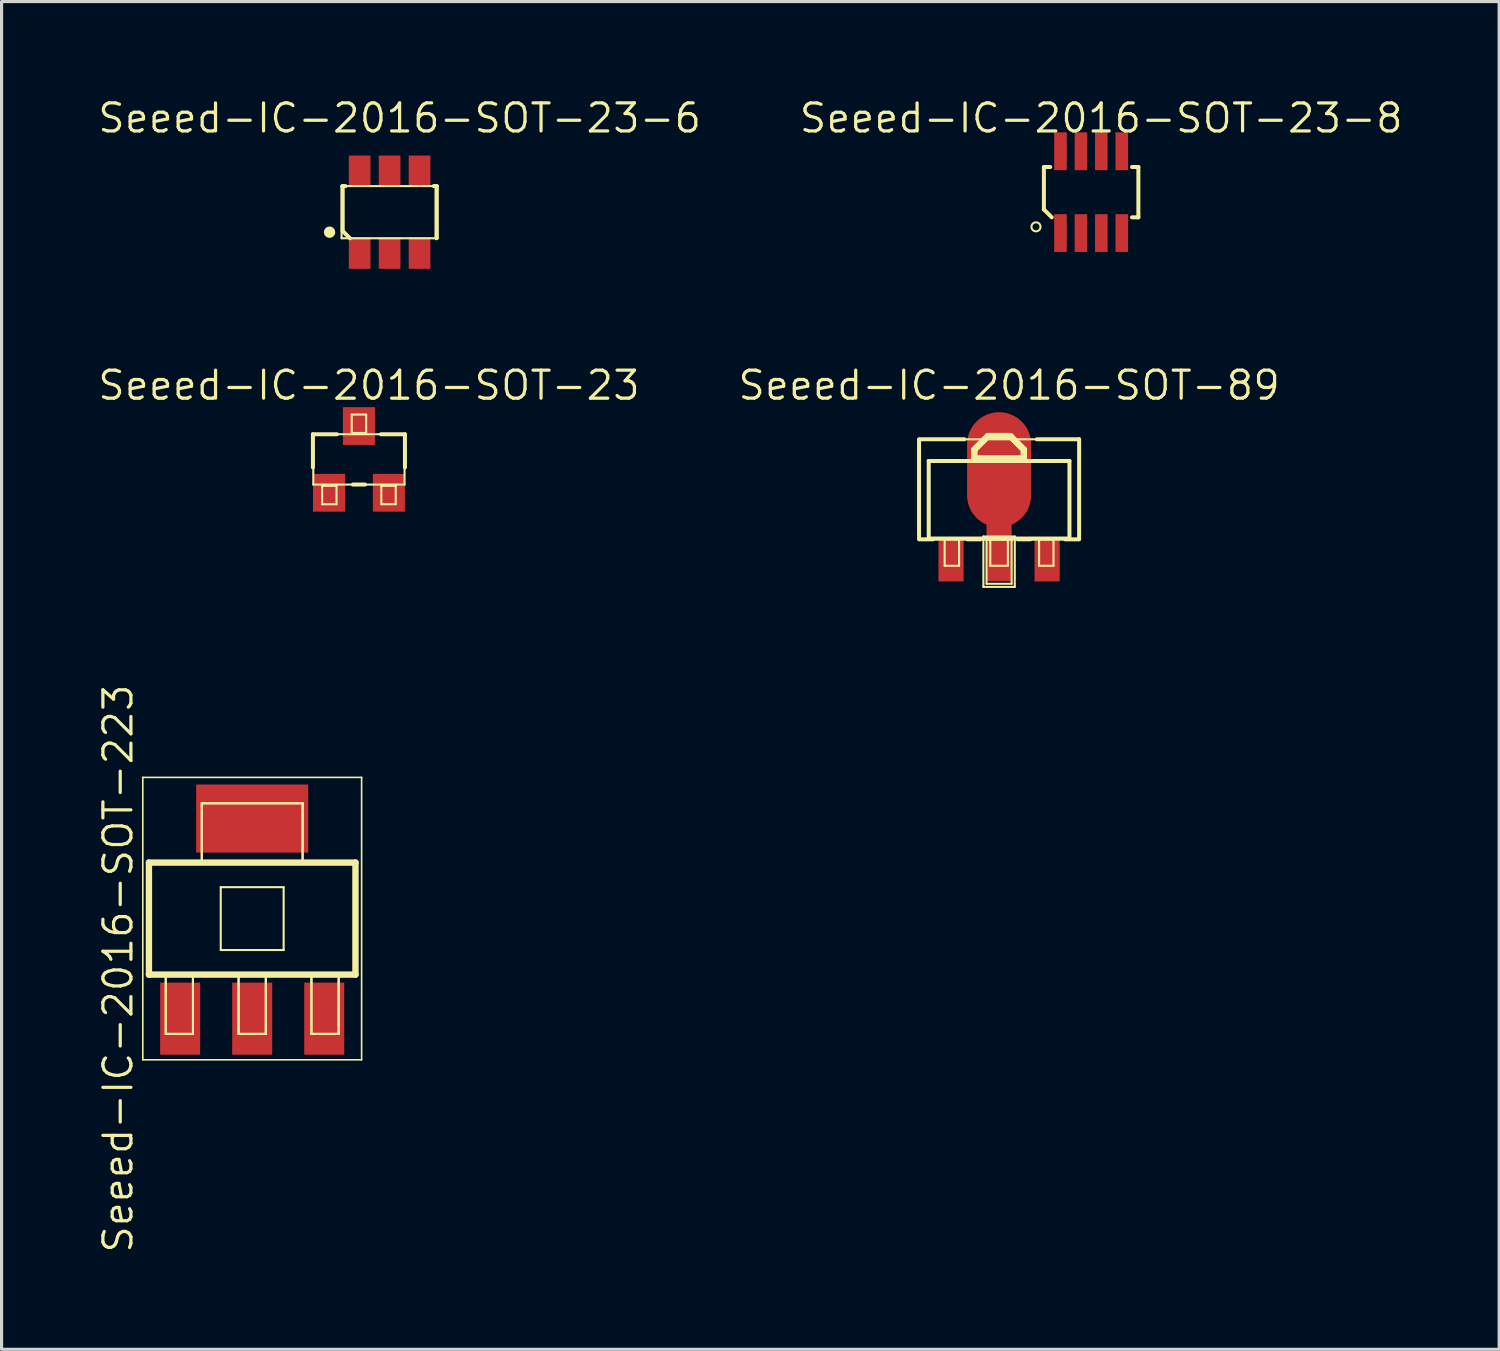
<source format=kicad_pcb>
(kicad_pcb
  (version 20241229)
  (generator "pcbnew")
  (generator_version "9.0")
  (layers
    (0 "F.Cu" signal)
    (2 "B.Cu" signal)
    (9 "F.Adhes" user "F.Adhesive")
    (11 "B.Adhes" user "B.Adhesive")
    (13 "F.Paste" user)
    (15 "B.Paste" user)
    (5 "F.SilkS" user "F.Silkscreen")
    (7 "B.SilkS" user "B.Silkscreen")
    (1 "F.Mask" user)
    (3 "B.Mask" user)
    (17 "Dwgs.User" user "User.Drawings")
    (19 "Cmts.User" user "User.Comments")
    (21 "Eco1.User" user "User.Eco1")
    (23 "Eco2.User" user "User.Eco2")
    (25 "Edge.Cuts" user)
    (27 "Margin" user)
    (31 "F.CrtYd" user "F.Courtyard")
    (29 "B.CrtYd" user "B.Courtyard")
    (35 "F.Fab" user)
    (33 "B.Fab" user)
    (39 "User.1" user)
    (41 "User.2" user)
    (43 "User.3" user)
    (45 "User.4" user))
  (footprint "Seeed-IC-2016-SOT-89"
    (layer "F.Cu")
    (at 28.654 12.795)
    (property "Reference" "Seeed-IC-2016-SOT-89" (at 0.318 -3.617 0) (layer "F.SilkS") (effects (font (size 0.889 0.889) (thickness 0.102))))
    (attr smd)
    (fp_line (start -2.54 -1.905) (end 2.54 -1.905) (stroke (width 0.066) (type solid)) (layer "F.SilkS"))
    (fp_line (start -2.54 1.27) (end -2.54 -1.905) (stroke (width 0.066) (type solid)) (layer "F.SilkS"))
    (fp_line (start -2.54 1.27) (end -2.54 -1.905) (stroke (width 0.127) (type solid)) (layer "F.SilkS"))
    (fp_line (start -2.54 1.27) (end 2.54 1.27) (stroke (width 0.066) (type solid)) (layer "F.SilkS"))
    (fp_line (start -2.233 -1.217) (end 2.233 -1.217) (stroke (width 0.127) (type solid)) (layer "F.SilkS"))
    (fp_line (start -2.233 1.245) (end -2.233 -1.217) (stroke (width 0.127) (type solid)) (layer "F.SilkS"))
    (fp_line (start -2.098 1.27) (end -2.499 1.27) (stroke (width 0.127) (type solid)) (layer "F.SilkS"))
    (fp_line (start -1.727 1.27) (end -1.27 1.27) (stroke (width 0.066) (type solid)) (layer "F.SilkS"))
    (fp_line (start -1.727 2.108) (end -1.727 1.27) (stroke (width 0.066) (type solid)) (layer "F.SilkS"))
    (fp_line (start -1.727 2.108) (end -1.27 2.108) (stroke (width 0.066) (type solid)) (layer "F.SilkS"))
    (fp_line (start -1.27 2.108) (end -1.27 1.27) (stroke (width 0.066) (type solid)) (layer "F.SilkS"))
    (fp_line (start -1.1 -1.905) (end -2.499 -1.905) (stroke (width 0.127) (type solid)) (layer "F.SilkS"))
    (fp_line (start -0.787 -1.575) (end -0.356 -2.007) (stroke (width 0.198) (type solid)) (layer "F.SilkS"))
    (fp_line (start -0.787 -1.575) (end -0.356 -2.007) (stroke (width 0.198) (type solid)) (layer "F.SilkS"))
    (fp_line (start -0.787 -1.321) (end -0.787 -1.575) (stroke (width 0.198) (type solid)) (layer "F.SilkS"))
    (fp_line (start -0.787 -1.293) (end -0.787 -1.575) (stroke (width 0.198) (type solid)) (layer "F.SilkS"))
    (fp_line (start -0.787 -1.293) (end -0.787 -1.321) (stroke (width 0.198) (type solid)) (layer "F.SilkS"))
    (fp_line (start -0.599 1.27) (end -0.998 1.27) (stroke (width 0.127) (type solid)) (layer "F.SilkS"))
    (fp_line (start -0.498 1.179) (end 0.498 1.179) (stroke (width 0.066) (type solid)) (layer "F.SilkS"))
    (fp_line (start -0.498 2.779) (end -0.498 1.179) (stroke (width 0.066) (type solid)) (layer "F.SilkS"))
    (fp_line (start -0.498 2.779) (end 0.498 2.779) (stroke (width 0.066) (type solid)) (layer "F.SilkS"))
    (fp_line (start -0.399 1.278) (end 0.399 1.278) (stroke (width 0.066) (type solid)) (layer "F.SilkS"))
    (fp_line (start -0.399 2.68) (end -0.399 1.278) (stroke (width 0.066) (type solid)) (layer "F.SilkS"))
    (fp_line (start -0.399 2.68) (end 0.399 2.68) (stroke (width 0.066) (type solid)) (layer "F.SilkS"))
    (fp_line (start -0.356 -2.007) (end 0.356 -2.007) (stroke (width 0.198) (type solid)) (layer "F.SilkS"))
    (fp_line (start -0.356 -2.007) (end 0.356 -2.007) (stroke (width 0.198) (type solid)) (layer "F.SilkS"))
    (fp_line (start -0.279 1.27) (end 0.279 1.27) (stroke (width 0.066) (type solid)) (layer "F.SilkS"))
    (fp_line (start -0.279 2.108) (end -0.279 1.27) (stroke (width 0.066) (type solid)) (layer "F.SilkS"))
    (fp_line (start -0.279 2.108) (end 0.279 2.108) (stroke (width 0.066) (type solid)) (layer "F.SilkS"))
    (fp_line (start 0.279 2.108) (end 0.279 1.27) (stroke (width 0.066) (type solid)) (layer "F.SilkS"))
    (fp_line (start 0.356 -2.007) (end 0.787 -1.575) (stroke (width 0.198) (type solid)) (layer "F.SilkS"))
    (fp_line (start 0.356 -2.007) (end 0.787 -1.575) (stroke (width 0.198) (type solid)) (layer "F.SilkS"))
    (fp_line (start 0.399 2.68) (end 0.399 1.278) (stroke (width 0.066) (type solid)) (layer "F.SilkS"))
    (fp_line (start 0.498 2.779) (end 0.498 1.179) (stroke (width 0.066) (type solid)) (layer "F.SilkS"))
    (fp_line (start 0.787 -1.575) (end 0.787 -1.293) (stroke (width 0.198) (type solid)) (layer "F.SilkS"))
    (fp_line (start 0.787 -1.575) (end 0.787 -1.293) (stroke (width 0.198) (type solid)) (layer "F.SilkS"))
    (fp_line (start 0.787 -1.293) (end -0.787 -1.293) (stroke (width 0.198) (type solid)) (layer "F.SilkS"))
    (fp_line (start 0.787 -1.293) (end -0.787 -1.293) (stroke (width 0.198) (type solid)) (layer "F.SilkS"))
    (fp_line (start 0.998 1.27) (end 0.599 1.27) (stroke (width 0.127) (type solid)) (layer "F.SilkS"))
    (fp_line (start 1.27 1.27) (end 1.727 1.27) (stroke (width 0.066) (type solid)) (layer "F.SilkS"))
    (fp_line (start 1.27 2.108) (end 1.27 1.27) (stroke (width 0.066) (type solid)) (layer "F.SilkS"))
    (fp_line (start 1.27 2.108) (end 1.727 2.108) (stroke (width 0.066) (type solid)) (layer "F.SilkS"))
    (fp_line (start 1.727 2.108) (end 1.727 1.27) (stroke (width 0.066) (type solid)) (layer "F.SilkS"))
    (fp_line (start 2.233 -1.217) (end 2.233 1.245) (stroke (width 0.127) (type solid)) (layer "F.SilkS"))
    (fp_line (start 2.233 1.245) (end -2.233 1.245) (stroke (width 0.127) (type solid)) (layer "F.SilkS"))
    (fp_line (start 2.499 1.27) (end 2.098 1.27) (stroke (width 0.127) (type solid)) (layer "F.SilkS"))
    (fp_line (start 2.54 -1.905) (end 1.199 -1.905) (stroke (width 0.127) (type solid)) (layer "F.SilkS"))
    (fp_line (start 2.54 -1.905) (end 2.54 1.27) (stroke (width 0.127) (type solid)) (layer "F.SilkS"))
    (fp_line (start 2.54 1.27) (end 2.54 -1.905) (stroke (width 0.066) (type solid)) (layer "F.SilkS"))
    (pad "1" smd rect (at -1.524 1.905) (size 0.798 1.4) (layers "F.Cu" "F.Mask" "F.Paste"))
    (pad "2" smd rect (at 0 1.651) (size 0.798 1.9) (layers "F.Cu" "F.Mask" "F.Paste"))
    (pad "3" smd rect (at 1.524 1.905) (size 0.798 1.4) (layers "F.Cu" "F.Mask" "F.Paste"))
    (pad "4" smd oval (at 0 -0.94) (size 2.032 3.65) (layers "F.Cu" "F.Mask" "F.Paste")))
  (footprint "Seeed-IC-2016-SOT-223"
    (layer "F.Cu")
    (at 4.953 26.1)
    (property "Reference" "Seeed-IC-2016-SOT-223" (at -4.255 1.587 90) (layer "F.SilkS") (effects (font (size 0.889 0.889) (thickness 0.102))))
    (attr smd)
    (fp_line (start -3.472 -4.481) (end 3.472 -4.481) (stroke (width 0.051) (type solid)) (layer "F.SilkS"))
    (fp_line (start -3.472 4.481) (end -3.472 -4.481) (stroke (width 0.051) (type solid)) (layer "F.SilkS"))
    (fp_line (start -3.277 -1.778) (end 3.277 -1.778) (stroke (width 0.203) (type solid)) (layer "F.SilkS"))
    (fp_line (start -3.277 1.778) (end -3.277 -1.778) (stroke (width 0.203) (type solid)) (layer "F.SilkS"))
    (fp_line (start -2.743 1.801) (end -1.88 1.801) (stroke (width 0.066) (type solid)) (layer "F.SilkS"))
    (fp_line (start -2.743 1.801) (end -1.88 1.801) (stroke (width 0.066) (type solid)) (layer "F.SilkS"))
    (fp_line (start -2.743 3.658) (end -2.743 1.801) (stroke (width 0.066) (type solid)) (layer "F.SilkS"))
    (fp_line (start -2.743 3.658) (end -2.743 1.801) (stroke (width 0.066) (type solid)) (layer "F.SilkS"))
    (fp_line (start -2.743 3.658) (end -1.88 3.658) (stroke (width 0.066) (type solid)) (layer "F.SilkS"))
    (fp_line (start -2.743 3.658) (end -1.88 3.658) (stroke (width 0.066) (type solid)) (layer "F.SilkS"))
    (fp_line (start -1.88 3.658) (end -1.88 1.801) (stroke (width 0.066) (type solid)) (layer "F.SilkS"))
    (fp_line (start -1.88 3.658) (end -1.88 1.801) (stroke (width 0.066) (type solid)) (layer "F.SilkS"))
    (fp_line (start -1.6 -3.658) (end 1.6 -3.658) (stroke (width 0.066) (type solid)) (layer "F.SilkS"))
    (fp_line (start -1.6 -3.658) (end 1.6 -3.658) (stroke (width 0.066) (type solid)) (layer "F.SilkS"))
    (fp_line (start -1.6 -1.801) (end -1.6 -3.658) (stroke (width 0.066) (type solid)) (layer "F.SilkS"))
    (fp_line (start -1.6 -1.801) (end -1.6 -3.658) (stroke (width 0.066) (type solid)) (layer "F.SilkS"))
    (fp_line (start -1.6 -1.801) (end 1.6 -1.801) (stroke (width 0.066) (type solid)) (layer "F.SilkS"))
    (fp_line (start -1.6 -1.801) (end 1.6 -1.801) (stroke (width 0.066) (type solid)) (layer "F.SilkS"))
    (fp_line (start -0.998 -0.998) (end 0.998 -0.998) (stroke (width 0.066) (type solid)) (layer "F.SilkS"))
    (fp_line (start -0.998 0.998) (end -0.998 -0.998) (stroke (width 0.066) (type solid)) (layer "F.SilkS"))
    (fp_line (start -0.998 0.998) (end 0.998 0.998) (stroke (width 0.066) (type solid)) (layer "F.SilkS"))
    (fp_line (start -0.432 1.801) (end 0.432 1.801) (stroke (width 0.066) (type solid)) (layer "F.SilkS"))
    (fp_line (start -0.432 1.801) (end 0.432 1.801) (stroke (width 0.066) (type solid)) (layer "F.SilkS"))
    (fp_line (start -0.432 3.658) (end -0.432 1.801) (stroke (width 0.066) (type solid)) (layer "F.SilkS"))
    (fp_line (start -0.432 3.658) (end -0.432 1.801) (stroke (width 0.066) (type solid)) (layer "F.SilkS"))
    (fp_line (start -0.432 3.658) (end 0.432 3.658) (stroke (width 0.066) (type solid)) (layer "F.SilkS"))
    (fp_line (start -0.432 3.658) (end 0.432 3.658) (stroke (width 0.066) (type solid)) (layer "F.SilkS"))
    (fp_line (start 0.432 3.658) (end 0.432 1.801) (stroke (width 0.066) (type solid)) (layer "F.SilkS"))
    (fp_line (start 0.432 3.658) (end 0.432 1.801) (stroke (width 0.066) (type solid)) (layer "F.SilkS"))
    (fp_line (start 0.998 0.998) (end 0.998 -0.998) (stroke (width 0.066) (type solid)) (layer "F.SilkS"))
    (fp_line (start 1.6 -1.801) (end 1.6 -3.658) (stroke (width 0.066) (type solid)) (layer "F.SilkS"))
    (fp_line (start 1.6 -1.801) (end 1.6 -3.658) (stroke (width 0.066) (type solid)) (layer "F.SilkS"))
    (fp_line (start 1.88 1.801) (end 2.743 1.801) (stroke (width 0.066) (type solid)) (layer "F.SilkS"))
    (fp_line (start 1.88 1.801) (end 2.743 1.801) (stroke (width 0.066) (type solid)) (layer "F.SilkS"))
    (fp_line (start 1.88 3.658) (end 1.88 1.801) (stroke (width 0.066) (type solid)) (layer "F.SilkS"))
    (fp_line (start 1.88 3.658) (end 1.88 1.801) (stroke (width 0.066) (type solid)) (layer "F.SilkS"))
    (fp_line (start 1.88 3.658) (end 2.743 3.658) (stroke (width 0.066) (type solid)) (layer "F.SilkS"))
    (fp_line (start 1.88 3.658) (end 2.743 3.658) (stroke (width 0.066) (type solid)) (layer "F.SilkS"))
    (fp_line (start 2.743 3.658) (end 2.743 1.801) (stroke (width 0.066) (type solid)) (layer "F.SilkS"))
    (fp_line (start 2.743 3.658) (end 2.743 1.801) (stroke (width 0.066) (type solid)) (layer "F.SilkS"))
    (fp_line (start 3.277 -1.778) (end 3.277 1.778) (stroke (width 0.203) (type solid)) (layer "F.SilkS"))
    (fp_line (start 3.277 1.778) (end -3.277 1.778) (stroke (width 0.203) (type solid)) (layer "F.SilkS"))
    (fp_line (start 3.472 -4.481) (end 3.472 4.481) (stroke (width 0.051) (type solid)) (layer "F.SilkS"))
    (fp_line (start 3.472 4.481) (end -3.472 4.481) (stroke (width 0.051) (type solid)) (layer "F.SilkS"))
    (pad "1" smd rect (at -2.286 3.175) (size 1.27 2.286) (layers "F.Cu" "F.Mask" "F.Paste"))
    (pad "2" smd rect (at 0 3.175) (size 1.27 2.286) (layers "F.Cu" "F.Mask" "F.Paste"))
    (pad "3" smd rect (at 2.286 3.175) (size 1.27 2.286) (layers "F.Cu" "F.Mask" "F.Paste"))
    (pad "TER" smd rect (at 0 -3.175) (size 3.556 2.159) (layers "F.Cu" "F.Mask" "F.Paste")))
  (footprint "Seeed-IC-2016-SOT-23"
    (layer "F.Cu")
    (at 8.34 11.528)
    (property "Reference" "Seeed-IC-2016-SOT-23" (at 0.318 -2.349 0) (layer "F.SilkS") (effects (font (size 0.889 0.889) (thickness 0.102))))
    (attr smd)
    (fp_line (start -1.46 -0.798) (end -1.46 0.254) (stroke (width 0.127) (type solid)) (layer "F.SilkS"))
    (fp_line (start -1.448 -0.798) (end 1.448 -0.798) (stroke (width 0.066) (type solid)) (layer "F.SilkS"))
    (fp_line (start -1.448 0.798) (end -1.448 -0.798) (stroke (width 0.066) (type solid)) (layer "F.SilkS"))
    (fp_line (start -1.448 0.798) (end 1.448 0.798) (stroke (width 0.066) (type solid)) (layer "F.SilkS"))
    (fp_line (start -1.168 0.838) (end -0.711 0.838) (stroke (width 0.066) (type solid)) (layer "F.SilkS"))
    (fp_line (start -1.168 1.422) (end -1.168 0.838) (stroke (width 0.066) (type solid)) (layer "F.SilkS"))
    (fp_line (start -1.168 1.422) (end -0.711 1.422) (stroke (width 0.066) (type solid)) (layer "F.SilkS"))
    (fp_line (start -0.711 1.422) (end -0.711 0.838) (stroke (width 0.066) (type solid)) (layer "F.SilkS"))
    (fp_line (start -0.699 -0.798) (end -1.46 -0.798) (stroke (width 0.127) (type solid)) (layer "F.SilkS"))
    (fp_line (start -0.229 -1.422) (end 0.229 -1.422) (stroke (width 0.066) (type solid)) (layer "F.SilkS"))
    (fp_line (start -0.229 -0.838) (end -0.229 -1.422) (stroke (width 0.066) (type solid)) (layer "F.SilkS"))
    (fp_line (start -0.229 -0.838) (end 0.229 -0.838) (stroke (width 0.066) (type solid)) (layer "F.SilkS"))
    (fp_line (start -0.191 0.798) (end 0.191 0.798) (stroke (width 0.127) (type solid)) (layer "F.SilkS"))
    (fp_line (start 0.229 -0.838) (end 0.229 -1.422) (stroke (width 0.066) (type solid)) (layer "F.SilkS"))
    (fp_line (start 0.711 0.838) (end 1.168 0.838) (stroke (width 0.066) (type solid)) (layer "F.SilkS"))
    (fp_line (start 0.711 1.422) (end 0.711 0.838) (stroke (width 0.066) (type solid)) (layer "F.SilkS"))
    (fp_line (start 0.711 1.422) (end 1.168 1.422) (stroke (width 0.066) (type solid)) (layer "F.SilkS"))
    (fp_line (start 1.168 1.422) (end 1.168 0.838) (stroke (width 0.066) (type solid)) (layer "F.SilkS"))
    (fp_line (start 1.448 0.798) (end 1.448 -0.798) (stroke (width 0.066) (type solid)) (layer "F.SilkS"))
    (fp_line (start 1.46 -0.798) (end 0.699 -0.798) (stroke (width 0.127) (type solid)) (layer "F.SilkS"))
    (fp_line (start 1.46 0.254) (end 1.46 -0.798) (stroke (width 0.127) (type solid)) (layer "F.SilkS"))
    (pad "1" smd rect (at -0.95 1.059 180) (size 1.016 1.199) (layers "F.Cu" "F.Mask" "F.Paste"))
    (pad "2" smd rect (at 0.95 1.059) (size 1.016 1.199) (layers "F.Cu" "F.Mask" "F.Paste"))
    (pad "3" smd rect (at 0 -1.059) (size 1.016 1.199) (layers "F.Cu" "F.Mask" "F.Paste")))
  (footprint "Seeed-IC-2016-SOT-23-6"
    (layer "F.Cu")
    (at 9.313 3.683)
    (property "Reference" "Seeed-IC-2016-SOT-23-6" (at 0.318 -2.985 0) (layer "F.SilkS") (effects (font (size 0.889 0.889) (thickness 0.102))))
    (attr smd)
    (fp_line (start -1.524 -0.828) (end 1.524 -0.828) (stroke (width 0.066) (type solid)) (layer "F.SilkS"))
    (fp_line (start -1.524 0.828) (end -1.524 -0.828) (stroke (width 0.066) (type solid)) (layer "F.SilkS"))
    (fp_line (start -1.524 0.828) (end 1.524 0.828) (stroke (width 0.066) (type solid)) (layer "F.SilkS"))
    (fp_line (start -1.499 -0.828) (end -1.4 -0.828) (stroke (width 0.127) (type solid)) (layer "F.SilkS"))
    (fp_line (start -1.488 0.599) (end -1.488 -0.828) (stroke (width 0.127) (type solid)) (layer "F.SilkS"))
    (fp_line (start -1.257 0.828) (end -1.488 0.599) (stroke (width 0.127) (type solid)) (layer "F.SilkS"))
    (fp_line (start 1.4 -0.828) (end 1.499 -0.828) (stroke (width 0.127) (type solid)) (layer "F.SilkS"))
    (fp_line (start 1.488 -0.828) (end 1.488 0.828) (stroke (width 0.127) (type solid)) (layer "F.SilkS"))
    (fp_line (start 1.524 0.828) (end 1.524 -0.828) (stroke (width 0.066) (type solid)) (layer "F.SilkS"))
    (fp_circle (center -1.905 0.635) (end -2.032 0.762) (stroke (width 0) (type solid)) (fill yes) (layer "F.SilkS"))
    (pad "1" smd rect (at -0.95 1.298 90) (size 0.998 0.688) (layers "F.Cu" "F.Mask" "F.Paste"))
    (pad "2" smd rect (at 0 1.298 90) (size 0.998 0.688) (layers "F.Cu" "F.Mask" "F.Paste"))
    (pad "3" smd rect (at 0.95 1.298 90) (size 0.998 0.688) (layers "F.Cu" "F.Mask" "F.Paste"))
    (pad "4" smd rect (at 0.95 -1.298 90) (size 0.998 0.688) (layers "F.Cu" "F.Mask" "F.Paste"))
    (pad "5" smd rect (at 0 -1.298 90) (size 0.998 0.688) (layers "F.Cu" "F.Mask" "F.Paste"))
    (pad "6" smd rect (at -0.95 -1.298 90) (size 0.998 0.688) (layers "F.Cu" "F.Mask" "F.Paste")))
  (footprint "Seeed-IC-2016-SOT-23-8"
    (layer "F.Cu")
    (at 31.575 3.048)
    (property "Reference" "Seeed-IC-2016-SOT-23-8" (at 0.318 -2.349 0) (layer "F.SilkS") (effects (font (size 0.889 0.889) (thickness 0.102))))
    (attr smd)
    (fp_line (start -1.499 -0.798) (end -1.298 -0.798) (stroke (width 0.127) (type solid)) (layer "F.SilkS"))
    (fp_line (start -1.499 0.549) (end -1.499 -0.798) (stroke (width 0.127) (type solid)) (layer "F.SilkS"))
    (fp_line (start -1.25 0.798) (end -1.499 0.549) (stroke (width 0.127) (type solid)) (layer "F.SilkS"))
    (fp_line (start 1.499 -0.798) (end 1.298 -0.798) (stroke (width 0.127) (type solid)) (layer "F.SilkS"))
    (fp_line (start 1.499 -0.798) (end 1.499 0.798) (stroke (width 0.127) (type solid)) (layer "F.SilkS"))
    (fp_line (start 1.499 0.798) (end 1.298 0.798) (stroke (width 0.127) (type solid)) (layer "F.SilkS"))
    (fp_circle (center -1.75 1.1) (end -1.852 1.201) (stroke (width 0.064) (type solid)) (fill no) (layer "F.SilkS"))
    (pad "1" smd rect (at -0.973 1.298 90) (size 1.199 0.399) (layers "F.Cu" "F.Mask" "F.Paste"))
    (pad "2" smd rect (at -0.323 1.298 90) (size 1.199 0.399) (layers "F.Cu" "F.Mask" "F.Paste"))
    (pad "3" smd rect (at 0.323 1.298 90) (size 1.199 0.399) (layers "F.Cu" "F.Mask" "F.Paste"))
    (pad "4" smd rect (at 0.973 1.298 90) (size 1.199 0.399) (layers "F.Cu" "F.Mask" "F.Paste"))
    (pad "5" smd rect (at 0.973 -1.298 90) (size 1.199 0.399) (layers "F.Cu" "F.Mask" "F.Paste"))
    (pad "6" smd rect (at 0.323 -1.298 90) (size 1.199 0.399) (layers "F.Cu" "F.Mask" "F.Paste"))
    (pad "7" smd rect (at -0.323 -1.298 90) (size 1.199 0.399) (layers "F.Cu" "F.Mask" "F.Paste"))
    (pad "8" smd rect (at -0.973 -1.298 90) (size 1.199 0.399) (layers "F.Cu" "F.Mask" "F.Paste")))
  (gr_rect
    (start -3 -3)
    (end 44.523 39.768)
    (stroke (width 0.1) (type default))
    (fill no)
    (layer "Edge.Cuts")))
</source>
